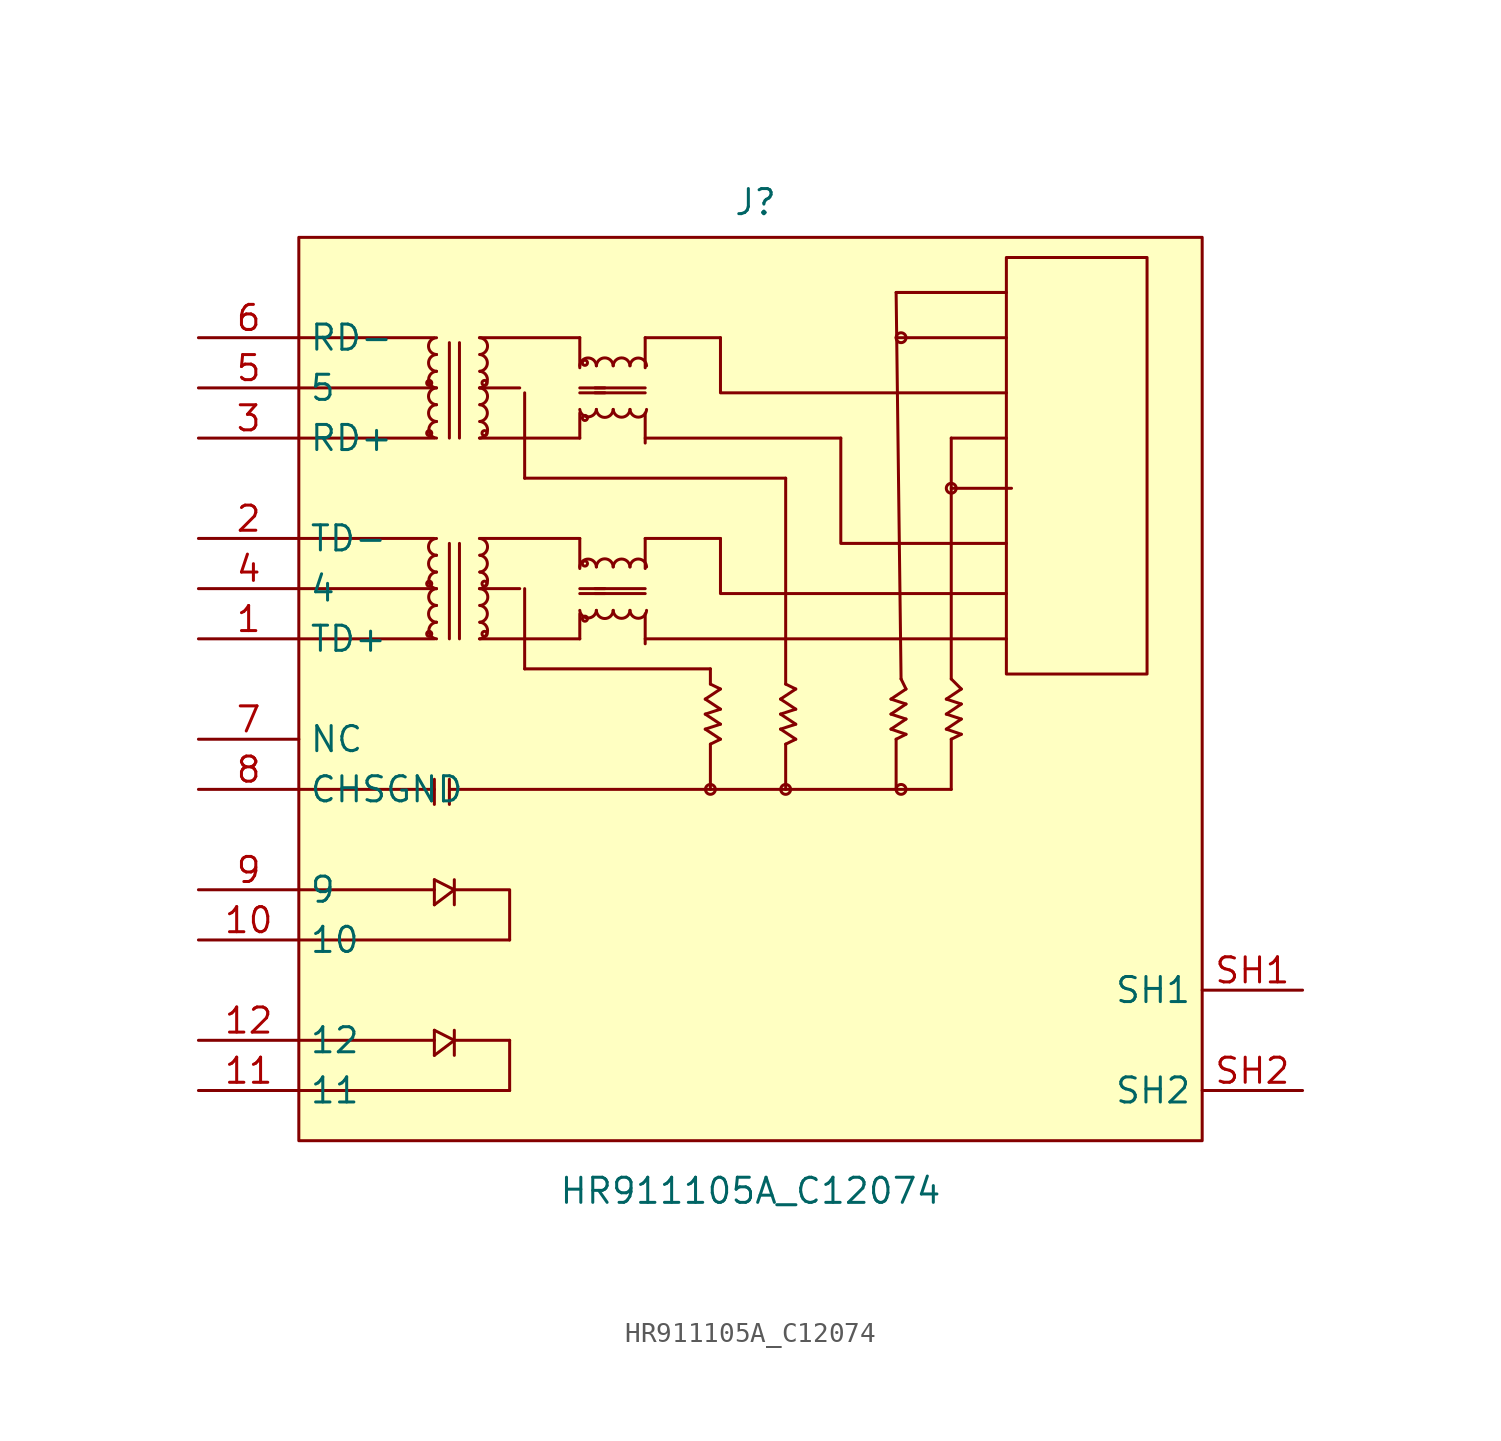
<source format=kicad_sym>
(kicad_symbol_lib
  (version 20241209)
  (generator "kicad_symbol_editor")
  (generator_version "9.0")
  (symbol "HR911105A_C12074"
    (property "Reference" "J"
      (at 0.254 24.638 0)
      (effects (font (size 1.27 1.27))))
    (property "Value" "HR911105A_C12074"
      (at 0 -25.4 0)
      (effects (font (size 1.27 1.27))))
    (symbol "HR911105A_C12074_0_1"
      (rectangle (start -22.86 22.86) (end 22.86 -22.86) (stroke (width 0) (type default)) (fill (type background)))
      (circle (center -16.26 15.49) (radius 0.13) (stroke (width 0) (type default)) (fill (type none)))
      (circle (center -16.26 12.95) (radius 0.13) (stroke (width 0) (type default)) (fill (type none)))
      (circle (center -16.26 5.33) (radius 0.13) (stroke (width 0) (type default)) (fill (type none)))
      (circle (center -16.26 2.79) (radius 0.13) (stroke (width 0) (type default)) (fill (type none)))
      (polyline (pts (xy -16 17.78) (xy -22.86 17.78)) (stroke (width 0) (type default)) (fill (type none)))
      (polyline (pts (xy -16 15.24) (xy -22.86 15.24)) (stroke (width 0) (type default)) (fill (type none)))
      (polyline (pts (xy -16 12.7) (xy -22.86 12.7)) (stroke (width 0) (type default)) (fill (type none)))
      (polyline (pts (xy -16 7.62) (xy -22.86 7.62)) (stroke (width 0) (type default)) (fill (type none)))
      (polyline (pts (xy -16 5.08) (xy -22.86 5.08)) (stroke (width 0) (type default)) (fill (type none)))
      (polyline (pts (xy -16 2.54) (xy -22.86 2.54)) (stroke (width 0) (type default)) (fill (type none)))
      (polyline (pts (xy -16 -4.57) (xy -16 -5.84)) (stroke (width 0) (type default)) (fill (type none)))
      (polyline (pts (xy -16 -5.08) (xy -22.86 -5.08)) (stroke (width 0) (type default)) (fill (type none)))
      (polyline (pts (xy -16 -9.65) (xy -16 -10.92)) (stroke (width 0) (type default)) (fill (type none)))
      (polyline (pts (xy -16 -10.16) (xy -22.86 -10.16)) (stroke (width 0) (type default)) (fill (type none)))
      (polyline (pts (xy -16 -17.27) (xy -16 -18.54)) (stroke (width 0) (type default)) (fill (type none)))
      (polyline (pts (xy -16 -17.78) (xy -22.86 -17.78)) (stroke (width 0) (type default)) (fill (type none)))
      (arc (start -15.89 16.93) (mid -16.2963 17.355) (end -15.89 17.78) (stroke (width 0) (type default)) (fill (type none)))
      (arc (start -15.89 14.39) (mid -16.2963 14.815) (end -15.89 15.24) (stroke (width 0) (type default)) (fill (type none)))
      (arc (start -15.89 6.77) (mid -16.2963 7.195) (end -15.89 7.62) (stroke (width 0) (type default)) (fill (type none)))
      (arc (start -15.89 15.24) (mid -16.291 15.66) (end -15.89 16.08) (stroke (width 0) (type default)) (fill (type none)))
      (arc (start -15.89 16.08) (mid -16.2955 16.505) (end -15.89 16.93) (stroke (width 0) (type default)) (fill (type none)))
      (arc (start -15.89 13.54) (mid -16.2955 13.965) (end -15.89 14.39) (stroke (width 0) (type default)) (fill (type none)))
      (arc (start -15.89 5.92) (mid -16.2955 6.345) (end -15.89 6.77) (stroke (width 0) (type default)) (fill (type none)))
      (arc (start -15.89 3.38) (mid -16.2955 3.805) (end -15.89 4.23) (stroke (width 0) (type default)) (fill (type none)))
      (arc (start -15.89 4.23) (mid -16.288 4.655) (end -15.89 5.08) (stroke (width 0) (type default)) (fill (type none)))
      (arc (start -15.89 12.7) (mid -16.2792 13.12) (end -15.89 13.54) (stroke (width 0) (type default)) (fill (type none)))
      (arc (start -15.89 5.08) (mid -16.2792 5.5) (end -15.89 5.92) (stroke (width 0) (type default)) (fill (type none)))
      (arc (start -15.89 2.54) (mid -16.2792 2.96) (end -15.89 3.38) (stroke (width 0) (type default)) (fill (type none)))
      (polyline (pts (xy -15.24 17.53) (xy -15.24 12.7)) (stroke (width 0) (type default)) (fill (type none)))
      (polyline (pts (xy -15.24 7.37) (xy -15.24 2.54)) (stroke (width 0) (type default)) (fill (type none)))
      (polyline (pts (xy -15.24 -4.57) (xy -15.24 -5.84)) (stroke (width 0) (type default)) (fill (type none)))
      (polyline (pts (xy -14.99 -9.65) (xy -14.99 -10.92)) (stroke (width 0) (type default)) (fill (type none)))
      (polyline (pts (xy -14.99 -10.16) (xy -16 -9.65)) (stroke (width 0) (type default)) (fill (type none)))
      (polyline (pts (xy -14.99 -10.16) (xy -16 -10.92)) (stroke (width 0) (type default)) (fill (type none)))
      (polyline (pts (xy -14.99 -10.16) (xy -12.19 -10.16) (xy -12.19 -12.7)) (stroke (width 0) (type default)) (fill (type none)))
      (polyline (pts (xy -14.99 -17.27) (xy -14.99 -18.54)) (stroke (width 0) (type default)) (fill (type none)))
      (polyline (pts (xy -14.99 -17.78) (xy -16 -17.27)) (stroke (width 0) (type default)) (fill (type none)))
      (polyline (pts (xy -14.99 -17.78) (xy -16 -18.54)) (stroke (width 0) (type default)) (fill (type none)))
      (polyline (pts (xy -14.99 -17.78) (xy -12.19 -17.78)) (stroke (width 0) (type default)) (fill (type none)))
      (polyline (pts (xy -14.73 17.53) (xy -14.73 12.7)) (stroke (width 0) (type default)) (fill (type none)))
      (polyline (pts (xy -14.73 7.37) (xy -14.73 2.54)) (stroke (width 0) (type default)) (fill (type none)))
      (arc (start -13.7 16.93) (mid -13.3176 16.505) (end -13.7 16.08) (stroke (width 0) (type default)) (fill (type none)))
      (arc (start -13.7 14.39) (mid -13.3176 13.965) (end -13.7 13.54) (stroke (width 0) (type default)) (fill (type none)))
      (arc (start -13.7 6.77) (mid -13.3176 6.345) (end -13.7 5.92) (stroke (width 0) (type default)) (fill (type none)))
      (arc (start -13.7 4.23) (mid -13.3176 3.805) (end -13.7 3.38) (stroke (width 0) (type default)) (fill (type none)))
      (arc (start -13.7 16.08) (mid -13.3152 15.66) (end -13.7 15.24) (stroke (width 0) (type default)) (fill (type none)))
      (arc (start -13.7 17.78) (mid -13.3064 17.355) (end -13.7 16.93) (stroke (width 0) (type default)) (fill (type none)))
      (arc (start -13.7 15.24) (mid -13.3064 14.815) (end -13.7 14.39) (stroke (width 0) (type default)) (fill (type none)))
      (arc (start -13.7 7.62) (mid -13.3064 7.195) (end -13.7 6.77) (stroke (width 0) (type default)) (fill (type none)))
      (arc (start -13.7 13.54) (mid -13.3078 13.12) (end -13.7 12.7) (stroke (width 0) (type default)) (fill (type none)))
      (arc (start -13.7 5.92) (mid -13.3078 5.5) (end -13.7 5.08) (stroke (width 0) (type default)) (fill (type none)))
      (arc (start -13.7 3.38) (mid -13.3078 2.96) (end -13.7 2.54) (stroke (width 0) (type default)) (fill (type none)))
      (arc (start -13.7 5.08) (mid -13.2958 4.655) (end -13.7 4.23) (stroke (width 0) (type default)) (fill (type none)))
      (polyline (pts (xy -13.72 17.78) (xy -8.64 17.78)) (stroke (width 0) (type default)) (fill (type none)))
      (polyline (pts (xy -13.72 15.24) (xy -11.68 15.24)) (stroke (width 0) (type default)) (fill (type none)))
      (polyline (pts (xy -13.72 12.7) (xy -8.64 12.7)) (stroke (width 0) (type default)) (fill (type none)))
      (polyline (pts (xy -13.72 7.62) (xy -8.64 7.62)) (stroke (width 0) (type default)) (fill (type none)))
      (polyline (pts (xy -13.72 5.08) (xy -11.68 5.08)) (stroke (width 0) (type default)) (fill (type none)))
      (polyline (pts (xy -13.72 2.54) (xy -8.64 2.54)) (stroke (width 0) (type default)) (fill (type none)))
      (circle (center -13.46 15.49) (radius 0.13) (stroke (width 0) (type default)) (fill (type none)))
      (circle (center -13.46 12.95) (radius 0.13) (stroke (width 0) (type default)) (fill (type none)))
      (circle (center -13.46 5.33) (radius 0.13) (stroke (width 0) (type default)) (fill (type none)))
      (circle (center -13.46 2.79) (radius 0.13) (stroke (width 0) (type default)) (fill (type none)))
      (polyline (pts (xy -12.19 -12.7) (xy -22.86 -12.7)) (stroke (width 0) (type default)) (fill (type none)))
      (polyline (pts (xy -12.19 -17.78) (xy -12.19 -20.32)) (stroke (width 0) (type default)) (fill (type none)))
      (polyline (pts (xy -12.19 -20.32) (xy -22.86 -20.32)) (stroke (width 0) (type default)) (fill (type none)))
      (polyline (pts (xy -11.43 10.67) (xy -11.43 14.99)) (stroke (width 0) (type default)) (fill (type none)))
      (polyline (pts (xy -11.43 5.08) (xy -11.43 1.02)) (stroke (width 0) (type default)) (fill (type none)))
      (polyline (pts (xy -8.64 17.78) (xy -8.64 16.26)) (stroke (width 0) (type default)) (fill (type none)))
      (polyline (pts (xy -8.64 15.24) (xy -7.37 15.24)) (stroke (width 0) (type default)) (fill (type none)))
      (polyline (pts (xy -8.64 14.99) (xy -7.37 14.99)) (stroke (width 0) (type default)) (fill (type none)))
      (polyline (pts (xy -8.64 13.97) (xy -8.64 12.7)) (stroke (width 0) (type default)) (fill (type none)))
      (polyline (pts (xy -8.64 6.1) (xy -8.64 7.62)) (stroke (width 0) (type default)) (fill (type none)))
      (polyline (pts (xy -8.64 5.08) (xy -7.37 5.08)) (stroke (width 0) (type default)) (fill (type none)))
      (polyline (pts (xy -8.64 4.83) (xy -7.37 4.83)) (stroke (width 0) (type default)) (fill (type none)))
      (polyline (pts (xy -8.64 2.54) (xy -8.64 3.81)) (stroke (width 0) (type default)) (fill (type none)))
      (circle (center -8.38 16.51) (radius 0.13) (stroke (width 0) (type default)) (fill (type none)))
      (circle (center -8.38 13.72) (radius 0.13) (stroke (width 0) (type default)) (fill (type none)))
      (circle (center -8.38 6.35) (radius 0.13) (stroke (width 0) (type default)) (fill (type none)))
      (circle (center -8.38 3.56) (radius 0.13) (stroke (width 0) (type default)) (fill (type none)))
      (arc (start -8.64 16.36) (mid -8.22 16.7557) (end -7.8 16.36) (stroke (width 0) (type default)) (fill (type none)))
      (arc (start -7.8 14.15) (mid -8.22 13.7751) (end -8.64 14.15) (stroke (width 0) (type default)) (fill (type none)))
      (arc (start -8.64 6.18) (mid -8.22 6.5757) (end -7.8 6.18) (stroke (width 0) (type default)) (fill (type none)))
      (arc (start -7.8 3.98) (mid -8.22 3.5946) (end -8.64 3.98) (stroke (width 0) (type default)) (fill (type none)))
      (arc (start -7.8 16.36) (mid -7.375 16.7594) (end -6.95 16.36) (stroke (width 0) (type default)) (fill (type none)))
      (arc (start -6.95 14.15) (mid -7.375 13.7477) (end -7.8 14.15) (stroke (width 0) (type default)) (fill (type none)))
      (arc (start -7.8 6.18) (mid -7.375 6.5883) (end -6.95 6.18) (stroke (width 0) (type default)) (fill (type none)))
      (arc (start -6.95 3.98) (mid -7.375 3.5676) (end -7.8 3.98) (stroke (width 0) (type default)) (fill (type none)))
      (arc (start -6.95 16.36) (mid -6.525 16.7583) (end -6.1 16.36) (stroke (width 0) (type default)) (fill (type none)))
      (arc (start -6.1 14.15) (mid -6.525 13.7564) (end -6.95 14.15) (stroke (width 0) (type default)) (fill (type none)))
      (arc (start -6.95 6.18) (mid -6.525 6.5782) (end -6.1 6.18) (stroke (width 0) (type default)) (fill (type none)))
      (arc (start -6.1 3.98) (mid -6.525 3.5764) (end -6.95 3.98) (stroke (width 0) (type default)) (fill (type none)))
      (arc (start -6.1 16.36) (mid -5.68 16.7515) (end -5.26 16.36) (stroke (width 0) (type default)) (fill (type none)))
      (arc (start -5.26 14.15) (mid -5.68 13.7594) (end -6.1 14.15) (stroke (width 0) (type default)) (fill (type none)))
      (arc (start -6.1 6.18) (mid -5.68 6.5804) (end -5.26 6.18) (stroke (width 0) (type default)) (fill (type none)))
      (arc (start -5.26 3.98) (mid -5.68 3.5794) (end -6.1 3.98) (stroke (width 0) (type default)) (fill (type none)))
      (polyline (pts (xy -5.33 17.78) (xy -1.52 17.78)) (stroke (width 0) (type default)) (fill (type none)))
      (polyline (pts (xy -5.33 16.26) (xy -5.33 17.78)) (stroke (width 0) (type default)) (fill (type none)))
      (polyline (pts (xy -5.33 15.24) (xy -7.87 15.24)) (stroke (width 0) (type default)) (fill (type none)))
      (polyline (pts (xy -5.33 14.99) (xy -7.87 14.99)) (stroke (width 0) (type default)) (fill (type none)))
      (polyline (pts (xy -5.33 13.97) (xy -5.33 12.7) (xy -5.33 12.45)) (stroke (width 0) (type default)) (fill (type none)))
      (polyline (pts (xy -5.33 7.62) (xy -1.52 7.62)) (stroke (width 0) (type default)) (fill (type none)))
      (polyline (pts (xy -5.33 6.1) (xy -5.33 7.62)) (stroke (width 0) (type default)) (fill (type none)))
      (polyline (pts (xy -5.33 5.08) (xy -7.87 5.08)) (stroke (width 0) (type default)) (fill (type none)))
      (polyline (pts (xy -5.33 4.83) (xy -7.87 4.83)) (stroke (width 0) (type default)) (fill (type none)))
      (polyline (pts (xy -5.33 3.81) (xy -5.33 2.54) (xy -5.33 2.29)) (stroke (width 0) (type default)) (fill (type none)))
      (polyline (pts (xy -2.03 1.02) (xy -11.43 1.02)) (stroke (width 0) (type default)) (fill (type none)))
      (polyline (pts (xy -2.03 1.02) (xy -2.03 0.25)) (stroke (width 0) (type default)) (fill (type none)))
      (polyline (pts (xy -2.03 -2.79) (xy -2.03 -5.08)) (stroke (width 0) (type default)) (fill (type none)))
      (circle (center -2.03 -5.08) (radius 0.25) (stroke (width 0) (type default)) (fill (type none)))
      (polyline (pts (xy -1.52 0) (xy -2.29 -0.51)) (stroke (width 0) (type default)) (fill (type none)))
      (polyline (pts (xy -1.52 0) (xy -2.03 0.25)) (stroke (width 0) (type default)) (fill (type none)))
      (polyline (pts (xy -1.52 -1.02) (xy -2.29 -0.51)) (stroke (width 0) (type default)) (fill (type none)))
      (polyline (pts (xy -1.52 -1.02) (xy -2.29 -1.27)) (stroke (width 0) (type default)) (fill (type none)))
      (polyline (pts (xy -1.52 -1.78) (xy -2.29 -1.27)) (stroke (width 0) (type default)) (fill (type none)))
      (polyline (pts (xy -1.52 -1.78) (xy -2.29 -2.03)) (stroke (width 0) (type default)) (fill (type none)))
      (polyline (pts (xy -1.52 -2.54) (xy -2.29 -2.03)) (stroke (width 0) (type default)) (fill (type none)))
      (polyline (pts (xy -1.52 -2.54) (xy -2.03 -2.79)) (stroke (width 0) (type default)) (fill (type none)))
      (polyline (pts (xy 1.78 10.67) (xy -11.43 10.67)) (stroke (width 0) (type default)) (fill (type none)))
      (polyline (pts (xy 1.78 0.25) (xy 1.78 10.67)) (stroke (width 0) (type default)) (fill (type none)))
      (polyline (pts (xy 1.78 -2.79) (xy 1.78 -5.08)) (stroke (width 0) (type default)) (fill (type none)))
      (circle (center 1.78 -5.08) (radius 0.25) (stroke (width 0) (type default)) (fill (type none)))
      (polyline (pts (xy 2.29 0) (xy 1.52 -0.51)) (stroke (width 0) (type default)) (fill (type none)))
      (polyline (pts (xy 2.29 0) (xy 1.78 0.25)) (stroke (width 0) (type default)) (fill (type none)))
      (polyline (pts (xy 2.29 -1.02) (xy 1.52 -0.51)) (stroke (width 0) (type default)) (fill (type none)))
      (polyline (pts (xy 2.29 -1.02) (xy 1.52 -1.27)) (stroke (width 0) (type default)) (fill (type none)))
      (polyline (pts (xy 2.29 -1.78) (xy 1.52 -1.27)) (stroke (width 0) (type default)) (fill (type none)))
      (polyline (pts (xy 2.29 -1.78) (xy 1.52 -2.03)) (stroke (width 0) (type default)) (fill (type none)))
      (polyline (pts (xy 2.29 -2.54) (xy 1.52 -2.03)) (stroke (width 0) (type default)) (fill (type none)))
      (polyline (pts (xy 2.29 -2.54) (xy 1.78 -2.79)) (stroke (width 0) (type default)) (fill (type none)))
      (polyline (pts (xy 4.57 12.7) (xy -5.33 12.7)) (stroke (width 0) (type default)) (fill (type none)))
      (polyline (pts (xy 7.37 -2.54) (xy 7.37 -5.08)) (stroke (width 0) (type default)) (fill (type none)))
      (circle (center 7.62 17.78) (radius 0.25) (stroke (width 0) (type default)) (fill (type none)))
      (polyline (pts (xy 7.62 0.51) (xy 7.37 20.07)) (stroke (width 0) (type default)) (fill (type none)))
      (circle (center 7.62 -5.08) (radius 0.25) (stroke (width 0) (type default)) (fill (type none)))
      (polyline (pts (xy 7.87 0) (xy 7.11 -0.51)) (stroke (width 0) (type default)) (fill (type none)))
      (polyline (pts (xy 7.87 0) (xy 7.62 0.51)) (stroke (width 0) (type default)) (fill (type none)))
      (polyline (pts (xy 7.87 -0.76) (xy 7.11 -0.51)) (stroke (width 0) (type default)) (fill (type none)))
      (polyline (pts (xy 7.87 -0.76) (xy 7.11 -1.27)) (stroke (width 0) (type default)) (fill (type none)))
      (polyline (pts (xy 7.87 -1.52) (xy 7.11 -1.27)) (stroke (width 0) (type default)) (fill (type none)))
      (polyline (pts (xy 7.87 -1.52) (xy 7.11 -2.03)) (stroke (width 0) (type default)) (fill (type none)))
      (polyline (pts (xy 7.87 -2.29) (xy 7.11 -2.03)) (stroke (width 0) (type default)) (fill (type none)))
      (polyline (pts (xy 7.87 -2.29) (xy 7.37 -2.54)) (stroke (width 0) (type default)) (fill (type none)))
      (polyline (pts (xy 10.16 12.7) (xy 12.95 12.7)) (stroke (width 0) (type default)) (fill (type none)))
      (circle (center 10.16 10.16) (radius 0.25) (stroke (width 0) (type default)) (fill (type none)))
      (polyline (pts (xy 10.16 0.51) (xy 10.16 12.7)) (stroke (width 0) (type default)) (fill (type none)))
      (polyline (pts (xy 10.16 -2.54) (xy 10.16 -5.08)) (stroke (width 0) (type default)) (fill (type none)))
      (polyline (pts (xy 10.16 -5.08) (xy -15.24 -5.08)) (stroke (width 0) (type default)) (fill (type none)))
      (polyline (pts (xy 10.67 0) (xy 9.91 -0.51)) (stroke (width 0) (type default)) (fill (type none)))
      (polyline (pts (xy 10.67 0) (xy 10.16 0.51)) (stroke (width 0) (type default)) (fill (type none)))
      (polyline (pts (xy 10.67 -0.76) (xy 9.91 -0.51)) (stroke (width 0) (type default)) (fill (type none)))
      (polyline (pts (xy 10.67 -0.76) (xy 9.91 -1.27)) (stroke (width 0) (type default)) (fill (type none)))
      (polyline (pts (xy 10.67 -1.52) (xy 9.91 -1.27)) (stroke (width 0) (type default)) (fill (type none)))
      (polyline (pts (xy 10.67 -1.52) (xy 9.91 -2.03)) (stroke (width 0) (type default)) (fill (type none)))
      (polyline (pts (xy 10.67 -2.29) (xy 9.91 -2.03)) (stroke (width 0) (type default)) (fill (type none)))
      (polyline (pts (xy 10.67 -2.29) (xy 10.16 -2.54)) (stroke (width 0) (type default)) (fill (type none)))
      (polyline (pts (xy 12.95 21.84) (xy 12.95 0.76) (xy 20.07 0.76) (xy 20.07 21.84) (xy 12.95 21.84)) (stroke (width 0) (type default)) (fill (type background)))
      (polyline (pts (xy 12.95 20.07) (xy 7.37 20.07)) (stroke (width 0) (type default)) (fill (type none)))
      (polyline (pts (xy 12.95 17.78) (xy 7.37 17.78)) (stroke (width 0) (type default)) (fill (type none)))
      (polyline (pts (xy 12.95 14.99) (xy -1.52 14.99) (xy -1.52 17.78)) (stroke (width 0) (type default)) (fill (type none)))
      (polyline (pts (xy 12.95 7.37) (xy 4.57 7.37) (xy 4.57 12.7)) (stroke (width 0) (type default)) (fill (type none)))
      (polyline (pts (xy 12.95 4.83) (xy -1.52 4.83) (xy -1.52 7.62)) (stroke (width 0) (type default)) (fill (type none)))
      (polyline (pts (xy 12.95 2.54) (xy -5.33 2.54)) (stroke (width 0) (type default)) (fill (type none)))
      (polyline (pts (xy 13.21 10.16) (xy 10.16 10.16)) (stroke (width 0) (type default)) (fill (type none)))
      (pin unspecified line (at -27.94 17.78 0) (length 5.08) (name "RD-" (effects (font (size 1.27 1.27)))) (number "6" (effects (font (size 1.27 1.27)))))
      (pin unspecified line (at -27.94 15.24 0) (length 5.08) (name "5" (effects (font (size 1.27 1.27)))) (number "5" (effects (font (size 1.27 1.27)))))
      (pin unspecified line (at -27.94 12.7 0) (length 5.08) (name "RD+" (effects (font (size 1.27 1.27)))) (number "3" (effects (font (size 1.27 1.27)))))
      (pin unspecified line (at -27.94 7.62 0) (length 5.08) (name "TD-" (effects (font (size 1.27 1.27)))) (number "2" (effects (font (size 1.27 1.27)))))
      (pin unspecified line (at -27.94 5.08 0) (length 5.08) (name "4" (effects (font (size 1.27 1.27)))) (number "4" (effects (font (size 1.27 1.27)))))
      (pin unspecified line (at -27.94 2.54 0) (length 5.08) (name "TD+" (effects (font (size 1.27 1.27)))) (number "1" (effects (font (size 1.27 1.27)))))
      (pin unspecified line (at -27.94 -2.54 0) (length 5.08) (name "NC" (effects (font (size 1.27 1.27)))) (number "7" (effects (font (size 1.27 1.27)))))
      (pin unspecified line (at -27.94 -5.08 0) (length 5.08) (name "CHSGND" (effects (font (size 1.27 1.27)))) (number "8" (effects (font (size 1.27 1.27)))))
      (pin unspecified line (at -27.94 -10.16 0) (length 5.08) (name "9" (effects (font (size 1.27 1.27)))) (number "9" (effects (font (size 1.27 1.27)))))
      (pin unspecified line (at -27.94 -12.7 0) (length 5.08) (name "10" (effects (font (size 1.27 1.27)))) (number "10" (effects (font (size 1.27 1.27)))))
      (pin unspecified line (at -27.94 -17.78 0) (length 5.08) (name "12" (effects (font (size 1.27 1.27)))) (number "12" (effects (font (size 1.27 1.27)))))
      (pin unspecified line (at -27.94 -20.32 0) (length 5.08) (name "11" (effects (font (size 1.27 1.27)))) (number "11" (effects (font (size 1.27 1.27)))))
      (pin unspecified line (at 27.94 -15.24 180) (length 5.08) (name "SH1" (effects (font (size 1.27 1.27)))) (number "SH1" (effects (font (size 1.27 1.27)))))
      (pin unspecified line (at 27.94 -20.32 180) (length 5.08) (name "SH2" (effects (font (size 1.27 1.27)))) (number "SH2" (effects (font (size 1.27 1.27))))))))
</source>
